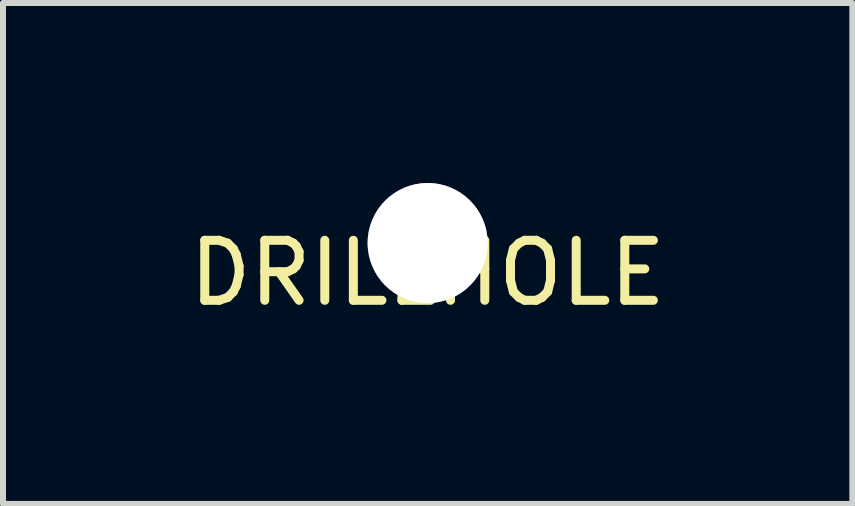
<source format=kicad_pcb>
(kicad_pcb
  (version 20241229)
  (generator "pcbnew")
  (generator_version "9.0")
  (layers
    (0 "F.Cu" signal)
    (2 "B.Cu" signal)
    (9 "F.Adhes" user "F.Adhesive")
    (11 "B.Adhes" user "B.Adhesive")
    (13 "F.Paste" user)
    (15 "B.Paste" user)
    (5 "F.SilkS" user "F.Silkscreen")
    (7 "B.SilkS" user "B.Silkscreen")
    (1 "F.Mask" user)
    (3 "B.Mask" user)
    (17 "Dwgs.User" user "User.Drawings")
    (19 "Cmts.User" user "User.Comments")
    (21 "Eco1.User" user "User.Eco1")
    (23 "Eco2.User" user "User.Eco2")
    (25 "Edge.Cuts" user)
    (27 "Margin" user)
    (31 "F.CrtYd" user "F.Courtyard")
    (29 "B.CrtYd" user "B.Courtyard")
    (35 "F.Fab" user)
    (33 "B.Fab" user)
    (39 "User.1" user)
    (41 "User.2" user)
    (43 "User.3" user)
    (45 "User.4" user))
  (footprint "DRILLHOLE"
    (layer "F.Cu")
    (at 4.077 1)
    (property "Reference" "DRILLHOLE" (at 0 0.5 0) (layer "F.SilkS") (effects (font (size 1 1) (thickness 0.15))))
    (attr through_hole)
    (pad "1" thru_hole circle (at 0 0) (size 2 2) (drill 2) (layers "*.Cu" "*.Mask")))
  (gr_rect
    (start -3 -3)
    (end 11.155 5.348)
    (stroke (width 0.1) (type default))
    (fill no)
    (layer "Edge.Cuts")))
</source>
